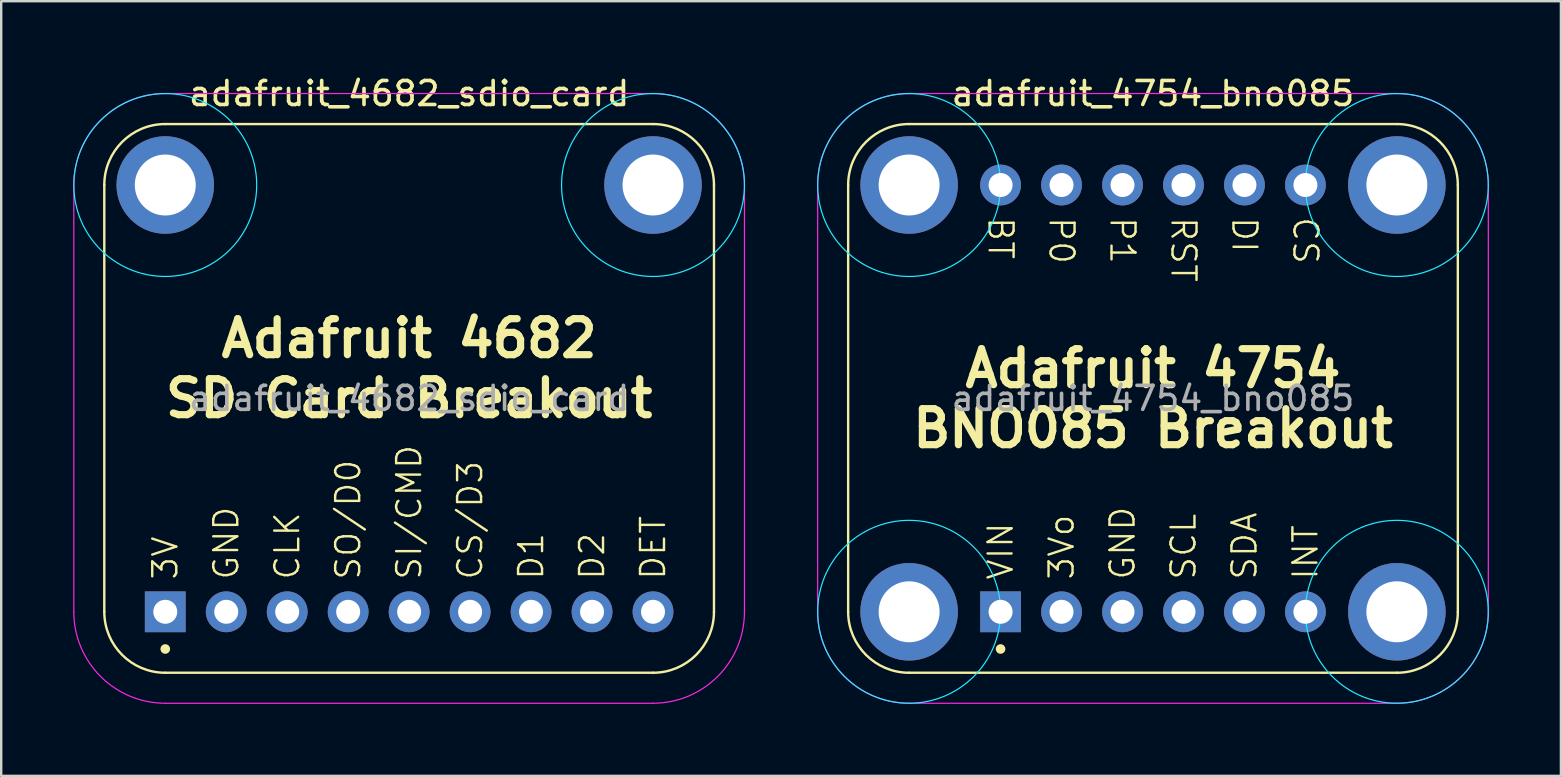
<source format=kicad_pcb>
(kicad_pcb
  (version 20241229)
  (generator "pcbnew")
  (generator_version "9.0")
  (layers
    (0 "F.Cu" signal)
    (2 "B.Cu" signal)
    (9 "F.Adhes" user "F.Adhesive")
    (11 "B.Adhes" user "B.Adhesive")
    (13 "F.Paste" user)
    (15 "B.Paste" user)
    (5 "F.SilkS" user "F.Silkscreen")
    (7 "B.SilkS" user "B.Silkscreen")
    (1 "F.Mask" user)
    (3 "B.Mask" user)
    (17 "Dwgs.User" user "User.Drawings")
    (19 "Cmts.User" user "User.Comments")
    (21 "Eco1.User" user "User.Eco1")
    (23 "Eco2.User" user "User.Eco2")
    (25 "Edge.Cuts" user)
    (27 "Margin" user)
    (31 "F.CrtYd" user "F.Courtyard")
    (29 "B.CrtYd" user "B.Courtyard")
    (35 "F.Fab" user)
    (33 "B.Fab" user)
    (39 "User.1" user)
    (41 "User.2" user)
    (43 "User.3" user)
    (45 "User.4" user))
  (footprint "adafruit_4754_bno085"
    (layer "F.Cu")
    (at 44.985 13.548)
    (property "Reference" "adafruit_4754_bno085" (at 0 -12.7 0) (unlocked yes) (layer "F.SilkS") (effects (font (size 1 1) (thickness 0.15))))
    (attr through_hole)
    (fp_line (start -12.7 -8.89) (end -12.7 8.89) (stroke (width 0.1) (type default)) (layer "F.SilkS"))
    (fp_line (start 10.16 -11.43) (end -10.16 -11.43) (stroke (width 0.1) (type default)) (layer "F.SilkS"))
    (fp_line (start 10.16 11.43) (end -10.16 11.43) (stroke (width 0.1) (type default)) (layer "F.SilkS"))
    (fp_line (start 12.7 -8.89) (end 12.7 8.89) (stroke (width 0.1) (type default)) (layer "F.SilkS"))
    (fp_arc (start -12.7 -8.89) (mid -11.956051 -10.686051) (end -10.16 -11.43) (stroke (width 0.1) (type default)) (layer "F.SilkS"))
    (fp_arc (start -10.16 11.43) (mid -11.956051 10.686051) (end -12.7 8.89) (stroke (width 0.1) (type default)) (layer "F.SilkS"))
    (fp_arc (start 10.16 -11.43) (mid 11.956051 -10.686051) (end 12.7 -8.89) (stroke (width 0.1) (type default)) (layer "F.SilkS"))
    (fp_arc (start 12.7 8.89) (mid 11.956051 10.686051) (end 10.16 11.43) (stroke (width 0.1) (type default)) (layer "F.SilkS"))
    (fp_circle (center -6.35 10.44) (end -6.15 10.44) (stroke (width 0) (type solid)) (fill yes) (layer "F.SilkS"))
    (fp_circle (center -10.16 8.89) (end -12.854 11.584) (stroke (width 0.05) (type default)) (fill no) (layer "B.CrtYd"))
    (fp_circle (center -10.16 -8.89) (end -12.854 -11.584) (stroke (width 0.05) (type default)) (fill no) (layer "B.CrtYd"))
    (fp_circle (center 10.16 -8.89) (end 12.854 -11.584) (stroke (width 0.05) (type default)) (fill no) (layer "B.CrtYd"))
    (fp_circle (center 10.16 8.89) (end 12.854 11.584) (stroke (width 0.05) (type default)) (fill no) (layer "B.CrtYd"))
    (fp_line (start -13.97 -8.89) (end -13.97 8.89) (stroke (width 0.05) (type default)) (layer "F.CrtYd"))
    (fp_line (start -10.16 -12.7) (end 10.16 -12.7) (stroke (width 0.05) (type default)) (layer "F.CrtYd"))
    (fp_line (start 10.16 12.7) (end -10.16 12.7) (stroke (width 0.05) (type default)) (layer "F.CrtYd"))
    (fp_line (start 13.97 -8.89) (end 13.97 8.89) (stroke (width 0.05) (type default)) (layer "F.CrtYd"))
    (fp_arc (start -13.97 -8.89) (mid -12.854077 -11.584077) (end -10.16 -12.7) (stroke (width 0.05) (type default)) (layer "F.CrtYd"))
    (fp_arc (start -10.16 12.7) (mid -12.854077 11.584077) (end -13.97 8.89) (stroke (width 0.05) (type default)) (layer "F.CrtYd"))
    (fp_arc (start 10.16 -12.7) (mid 12.854077 -11.584077) (end 13.97 -8.89) (stroke (width 0.05) (type default)) (layer "F.CrtYd"))
    (fp_arc (start 13.97 8.89) (mid 12.854077 11.584077) (end 10.16 12.7) (stroke (width 0.05) (type default)) (layer "F.CrtYd"))
    (fp_text user "DI" (at 3.81 -7.62 270) (unlocked yes) (layer "F.SilkS") (effects (font (size 1 1) (thickness 0.1)) (justify left)))
    (fp_text user "SDA" (at 3.81 7.62 90) (unlocked yes) (layer "F.SilkS") (effects (font (size 1 1) (thickness 0.1)) (justify left)))
    (fp_text user "GND" (at -1.27 7.62 90) (unlocked yes) (layer "F.SilkS") (effects (font (size 1 1) (thickness 0.1)) (justify left)))
    (fp_text user "Adafruit 4754" (at 0 -1.25 0) (unlocked yes) (layer "F.SilkS") (effects (font (size 1.5 1.5) (thickness 0.3) (bold yes))))
    (fp_text user "SCL" (at 1.27 7.62 90) (unlocked yes) (layer "F.SilkS") (effects (font (size 1 1) (thickness 0.1)) (justify left)))
    (fp_text user "CS" (at 6.35 -7.62 270) (unlocked yes) (layer "F.SilkS") (effects (font (size 1 1) (thickness 0.1)) (justify left)))
    (fp_text user "3Vo" (at -3.81 7.62 90) (unlocked yes) (layer "F.SilkS") (effects (font (size 1 1) (thickness 0.1)) (justify left)))
    (fp_text user "RST" (at 1.27 -7.62 270) (unlocked yes) (layer "F.SilkS") (effects (font (size 1 1) (thickness 0.1)) (justify left)))
    (fp_text user "BT" (at -6.35 -7.62 270) (unlocked yes) (layer "F.SilkS") (effects (font (size 1 1) (thickness 0.1)) (justify left)))
    (fp_text user "P1" (at -1.27 -7.62 270) (unlocked yes) (layer "F.SilkS") (effects (font (size 1 1) (thickness 0.1)) (justify left)))
    (fp_text user "VIN" (at -6.35 7.62 90) (unlocked yes) (layer "F.SilkS") (effects (font (size 1 1) (thickness 0.1)) (justify left)))
    (fp_text user "BNO085 Breakout" (at 0 1.25 0) (unlocked yes) (layer "F.SilkS") (effects (font (size 1.5 1.5) (thickness 0.3) (bold yes))))
    (fp_text user "P0" (at -3.81 -7.62 270) (unlocked yes) (layer "F.SilkS") (effects (font (size 1 1) (thickness 0.1)) (justify left)))
    (fp_text user "INT" (at 6.35 7.62 90) (unlocked yes) (layer "F.SilkS") (effects (font (size 1 1) (thickness 0.1)) (justify left)))
    (fp_text user "${REFERENCE}" (at 0 0 0) (unlocked yes) (layer "F.Fab") (effects (font (size 1 1) (thickness 0.15))))
    (pad "#2" thru_hole oval (at -10.16 -8.89 90) (size 4.064 4.064) (drill 2.54) (layers "*.Cu" "*.Mask"))
    (pad "#2" thru_hole oval (at -10.16 8.89 90) (size 4.064 4.064) (drill 2.54) (layers "*.Cu" "*.Mask"))
    (pad "#2" thru_hole oval (at 10.16 -8.89 90) (size 4.064 4.064) (drill 2.54) (layers "*.Cu" "*.Mask"))
    (pad "#2" thru_hole oval (at 10.16 8.89 90) (size 4.064 4.064) (drill 2.54) (layers "*.Cu" "*.Mask"))
    (pad "1" thru_hole rect (at -6.35 8.89 90) (size 1.7 1.7) (drill 1) (layers "*.Cu" "*.Mask"))
    (pad "2" thru_hole oval (at -3.81 8.89 90) (size 1.7 1.7) (drill 1) (layers "*.Cu" "*.Mask"))
    (pad "3" thru_hole oval (at -1.27 8.89 90) (size 1.7 1.7) (drill 1) (layers "*.Cu" "*.Mask"))
    (pad "4" thru_hole oval (at 1.27 8.89 90) (size 1.7 1.7) (drill 1) (layers "*.Cu" "*.Mask"))
    (pad "5" thru_hole oval (at 3.81 8.89 90) (size 1.7 1.7) (drill 1) (layers "*.Cu" "*.Mask"))
    (pad "6" thru_hole oval (at 6.35 8.89 90) (size 1.7 1.7) (drill 1) (layers "*.Cu" "*.Mask"))
    (pad "7" thru_hole oval (at 6.35 -8.89 90) (size 1.7 1.7) (drill 1) (layers "*.Cu" "*.Mask"))
    (pad "8" thru_hole oval (at 3.81 -8.89 90) (size 1.7 1.7) (drill 1) (layers "*.Cu" "*.Mask"))
    (pad "9" thru_hole oval (at 1.27 -8.89 90) (size 1.7 1.7) (drill 1) (layers "*.Cu" "*.Mask"))
    (pad "10" thru_hole oval (at -1.27 -8.89 90) (size 1.7 1.7) (drill 1) (layers "*.Cu" "*.Mask"))
    (pad "11" thru_hole oval (at -3.81 -8.89 90) (size 1.7 1.7) (drill 1) (layers "*.Cu" "*.Mask"))
    (pad "12" thru_hole oval (at -6.35 -8.89 90) (size 1.7 1.7) (drill 1) (layers "*.Cu" "*.Mask")))
  (footprint "adafruit_4682_sdio_card"
    (layer "F.Cu")
    (at 13.995 13.548)
    (property "Reference" "adafruit_4682_sdio_card" (at 0 -12.7 0) (unlocked yes) (layer "F.SilkS") (effects (font (size 1 1) (thickness 0.15))))
    (attr through_hole)
    (fp_line (start -12.7 8.89) (end -12.7 -8.89) (stroke (width 0.1) (type default)) (layer "F.SilkS"))
    (fp_line (start -10.16 -11.43) (end 10.16 -11.43) (stroke (width 0.1) (type default)) (layer "F.SilkS"))
    (fp_line (start 10.16 11.43) (end -10.16 11.43) (stroke (width 0.1) (type default)) (layer "F.SilkS"))
    (fp_line (start 12.7 -8.89) (end 12.7 8.89) (stroke (width 0.1) (type default)) (layer "F.SilkS"))
    (fp_arc (start -12.7 -8.89) (mid -11.956051 -10.686051) (end -10.16 -11.43) (stroke (width 0.1) (type default)) (layer "F.SilkS"))
    (fp_arc (start -10.16 11.43) (mid -11.956051 10.686051) (end -12.7 8.89) (stroke (width 0.1) (type default)) (layer "F.SilkS"))
    (fp_arc (start 10.16 -11.43) (mid 11.956051 -10.686051) (end 12.7 -8.89) (stroke (width 0.1) (type default)) (layer "F.SilkS"))
    (fp_arc (start 12.7 8.89) (mid 11.956051 10.686051) (end 10.16 11.43) (stroke (width 0.1) (type default)) (layer "F.SilkS"))
    (fp_circle (center -10.16 10.44) (end -9.96 10.44) (stroke (width 0) (type solid)) (fill yes) (layer "F.SilkS"))
    (fp_circle (center -10.16 -8.89) (end -12.854 -11.584) (stroke (width 0.05) (type default)) (fill no) (layer "B.CrtYd"))
    (fp_circle (center 10.16 -8.89) (end 12.854 -11.584) (stroke (width 0.05) (type default)) (fill no) (layer "B.CrtYd"))
    (fp_line (start -13.97 8.89) (end -13.97 -8.89) (stroke (width 0.05) (type default)) (layer "F.CrtYd"))
    (fp_line (start -10.16 -12.7) (end 10.16 -12.7) (stroke (width 0.05) (type default)) (layer "F.CrtYd"))
    (fp_line (start 10.16 12.7) (end -10.16 12.7) (stroke (width 0.05) (type default)) (layer "F.CrtYd"))
    (fp_line (start 13.97 -8.89) (end 13.97 8.89) (stroke (width 0.05) (type default)) (layer "F.CrtYd"))
    (fp_arc (start -13.97 -8.889999) (mid -12.854077 -11.584077) (end -10.159999 -12.7) (stroke (width 0.05) (type default)) (layer "F.CrtYd"))
    (fp_arc (start -10.16 12.7) (mid -12.854077 11.584077) (end -13.97 8.89) (stroke (width 0.05) (type default)) (layer "F.CrtYd"))
    (fp_arc (start 10.16 -12.7) (mid 12.854077 -11.584077) (end 13.97 -8.89) (stroke (width 0.05) (type default)) (layer "F.CrtYd"))
    (fp_arc (start 13.97 8.89) (mid 12.854077 11.584077) (end 10.16 12.7) (stroke (width 0.05) (type default)) (layer "F.CrtYd"))
    (fp_text user "D2" (at 7.62 7.62 90) (unlocked yes) (layer "F.SilkS") (effects (font (size 1 1) (thickness 0.1)) (justify left)))
    (fp_text user "3V" (at -10.16 7.62 90) (unlocked yes) (layer "F.SilkS") (effects (font (size 1 1) (thickness 0.1)) (justify left)))
    (fp_text user "SO/D0" (at -2.54 7.62 90) (unlocked yes) (layer "F.SilkS") (effects (font (size 1 1) (thickness 0.1)) (justify left)))
    (fp_text user "CLK" (at -5.08 7.62 90) (unlocked yes) (layer "F.SilkS") (effects (font (size 1 1) (thickness 0.1)) (justify left)))
    (fp_text user "GND" (at -7.62 7.62 90) (unlocked yes) (layer "F.SilkS") (effects (font (size 1 1) (thickness 0.1)) (justify left)))
    (fp_text user "DET" (at 10.16 7.62 90) (unlocked yes) (layer "F.SilkS") (effects (font (size 1 1) (thickness 0.1)) (justify left)))
    (fp_text user "D1" (at 5.08 7.62 90) (unlocked yes) (layer "F.SilkS") (effects (font (size 1 1) (thickness 0.1)) (justify left)))
    (fp_text user "SI/CMD" (at 0 7.62 90) (unlocked yes) (layer "F.SilkS") (effects (font (size 1 1) (thickness 0.1)) (justify left)))
    (fp_text user "Adafruit 4682" (at 0 -2.5 0) (unlocked yes) (layer "F.SilkS") (effects (font (size 1.5 1.5) (thickness 0.3) (bold yes))))
    (fp_text user "SD Card Breakout" (at 0 0 0) (unlocked yes) (layer "F.SilkS") (effects (font (size 1.5 1.5) (thickness 0.3) (bold yes))))
    (fp_text user "CS/D3" (at 2.54 7.62 90) (unlocked yes) (layer "F.SilkS") (effects (font (size 1 1) (thickness 0.1)) (justify left)))
    (fp_text user "${REFERENCE}" (at 0 0 0) (unlocked yes) (layer "F.Fab") (effects (font (size 1 1) (thickness 0.15))))
    (pad "#2" thru_hole oval (at -10.16 -8.89 90) (size 4.064 4.064) (drill 2.54) (layers "*.Cu" "*.Mask"))
    (pad "#2" thru_hole oval (at 10.16 -8.89 90) (size 4.064 4.064) (drill 2.54) (layers "*.Cu" "*.Mask"))
    (pad "1" thru_hole rect (at -10.16 8.89 90) (size 1.7 1.7) (drill 1) (layers "*.Cu" "*.Mask"))
    (pad "2" thru_hole oval (at -7.62 8.89 90) (size 1.7 1.7) (drill 1) (layers "*.Cu" "*.Mask"))
    (pad "3" thru_hole oval (at -5.08 8.89 90) (size 1.7 1.7) (drill 1) (layers "*.Cu" "*.Mask"))
    (pad "4" thru_hole oval (at -2.54 8.89 90) (size 1.7 1.7) (drill 1) (layers "*.Cu" "*.Mask"))
    (pad "5" thru_hole oval (at 0 8.89 90) (size 1.7 1.7) (drill 1) (layers "*.Cu" "*.Mask"))
    (pad "6" thru_hole oval (at 2.54 8.89 90) (size 1.7 1.7) (drill 1) (layers "*.Cu" "*.Mask"))
    (pad "7" thru_hole oval (at 5.08 8.89 90) (size 1.7 1.7) (drill 1) (layers "*.Cu" "*.Mask"))
    (pad "8" thru_hole oval (at 7.62 8.89 90) (size 1.7 1.7) (drill 1) (layers "*.Cu" "*.Mask"))
    (pad "9" thru_hole oval (at 10.16 8.89 90) (size 1.7 1.7) (drill 1) (layers "*.Cu" "*.Mask")))
  (gr_rect
    (start -3 -3)
    (end 61.98 29.273)
    (stroke (width 0.1) (type default))
    (fill no)
    (layer "Edge.Cuts")))
</source>
